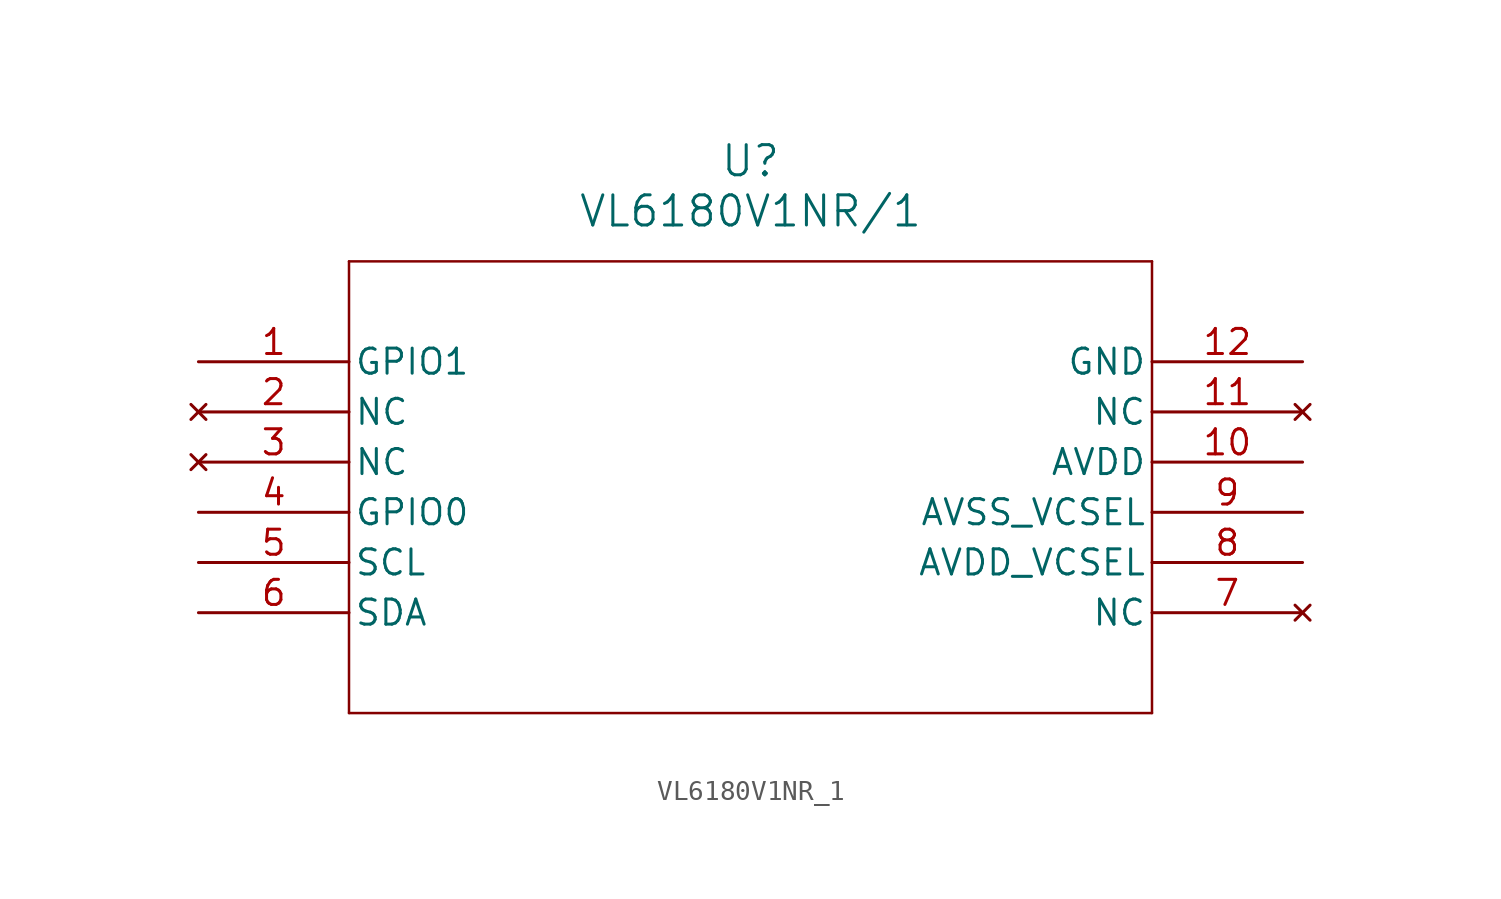
<source format=kicad_sym>
(kicad_symbol_lib
  (version 20211014)
  (generator kicad_symbol_editor)
  (symbol "VL6180V1NR_1"
    (pin_names
      (offset 0.254))
    (property "Reference" "U"
      (at 27.94 10.16 0)
      (effects (font (size 1.524 1.524))))
    (property "Value" "VL6180V1NR/1"
      (at 27.94 7.62 0)
      (effects (font (size 1.524 1.524))))
    (symbol "VL6180V1NR_1_0_1"
      (polyline (pts (xy 7.62 5.08) (xy 7.62 -17.78)) (stroke (width 0.127) (type default) (color 0 0 0 0)) (fill (type none)))
      (polyline (pts (xy 7.62 -17.78) (xy 48.26 -17.78)) (stroke (width 0.127) (type default) (color 0 0 0 0)) (fill (type none)))
      (polyline (pts (xy 48.26 -17.78) (xy 48.26 5.08)) (stroke (width 0.127) (type default) (color 0 0 0 0)) (fill (type none)))
      (polyline (pts (xy 48.26 5.08) (xy 7.62 5.08)) (stroke (width 0.127) (type default) (color 0 0 0 0)) (fill (type none)))
      (pin bidirectional line (at 0 0 0) (length 7.62) (name "GPIO1" (effects (font (size 1.27 1.27)))) (number "1" (effects (font (size 1.27 1.27)))))
      (pin no_connect line (at 0 -2.54 0) (length 7.62) (name "NC" (effects (font (size 1.27 1.27)))) (number "2" (effects (font (size 1.27 1.27)))))
      (pin no_connect line (at 0 -5.08 0) (length 7.62) (name "NC" (effects (font (size 1.27 1.27)))) (number "3" (effects (font (size 1.27 1.27)))))
      (pin bidirectional line (at 0 -7.62 0) (length 7.62) (name "GPIO0" (effects (font (size 1.27 1.27)))) (number "4" (effects (font (size 1.27 1.27)))))
      (pin input line (at 0 -10.16 0) (length 7.62) (name "SCL" (effects (font (size 1.27 1.27)))) (number "5" (effects (font (size 1.27 1.27)))))
      (pin bidirectional line (at 0 -12.7 0) (length 7.62) (name "SDA" (effects (font (size 1.27 1.27)))) (number "6" (effects (font (size 1.27 1.27)))))
      (pin no_connect line (at 55.88 -12.7 180) (length 7.62) (name "NC" (effects (font (size 1.27 1.27)))) (number "7" (effects (font (size 1.27 1.27)))))
      (pin power_in line (at 55.88 -10.16 180) (length 7.62) (name "AVDD_VCSEL" (effects (font (size 1.27 1.27)))) (number "8" (effects (font (size 1.27 1.27)))))
      (pin power_out line (at 55.88 -7.62 180) (length 7.62) (name "AVSS_VCSEL" (effects (font (size 1.27 1.27)))) (number "9" (effects (font (size 1.27 1.27)))))
      (pin power_in line (at 55.88 -5.08 180) (length 7.62) (name "AVDD" (effects (font (size 1.27 1.27)))) (number "10" (effects (font (size 1.27 1.27)))))
      (pin no_connect line (at 55.88 -2.54 180) (length 7.62) (name "NC" (effects (font (size 1.27 1.27)))) (number "11" (effects (font (size 1.27 1.27)))))
      (pin power_out line (at 55.88 0 180) (length 7.62) (name "GND" (effects (font (size 1.27 1.27)))) (number "12" (effects (font (size 1.27 1.27))))))))
</source>
